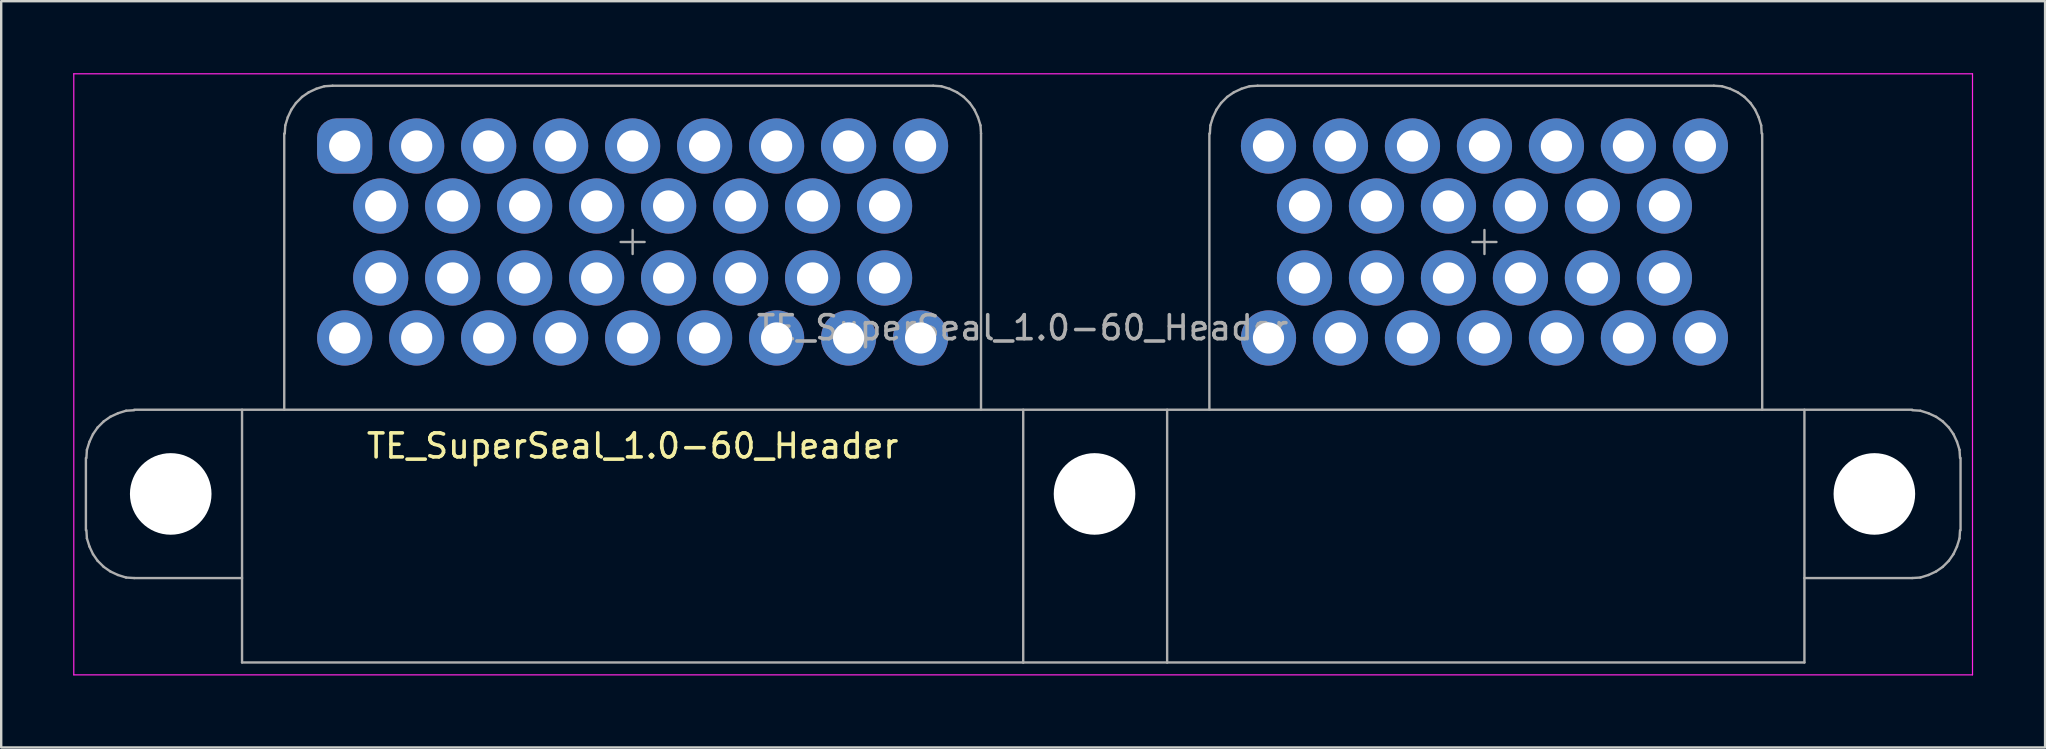
<source format=kicad_pcb>
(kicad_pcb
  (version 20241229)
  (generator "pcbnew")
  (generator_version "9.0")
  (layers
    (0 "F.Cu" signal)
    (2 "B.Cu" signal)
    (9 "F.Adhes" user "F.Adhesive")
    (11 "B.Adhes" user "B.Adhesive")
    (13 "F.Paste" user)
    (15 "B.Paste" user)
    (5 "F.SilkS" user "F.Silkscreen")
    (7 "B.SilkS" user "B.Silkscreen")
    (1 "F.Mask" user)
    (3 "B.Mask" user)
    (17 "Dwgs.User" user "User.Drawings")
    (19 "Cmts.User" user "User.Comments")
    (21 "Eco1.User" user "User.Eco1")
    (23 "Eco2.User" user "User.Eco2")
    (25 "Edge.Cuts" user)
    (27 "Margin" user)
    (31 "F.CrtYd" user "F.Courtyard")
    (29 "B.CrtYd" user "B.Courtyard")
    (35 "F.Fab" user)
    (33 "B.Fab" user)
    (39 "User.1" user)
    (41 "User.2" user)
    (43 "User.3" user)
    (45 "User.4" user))
  (footprint "TE_SuperSeal_1.0-60_Header"
    (layer "F.Cu")
    (at 11.315 3.035)
    (property "Reference" "TE_SuperSeal_1.0-60_Header" (at 12 12.5 0) (layer "F.SilkS") (effects (font (size 1 1) (thickness 0.15))))
    (attr through_hole)
    (fp_line (start -11.29 -3.01) (end -11.29 22.04) (stroke (width 0.05) (type solid)) (layer "F.CrtYd"))
    (fp_line (start -11.29 -3.01) (end 67.84 -3.01) (stroke (width 0.05) (type solid)) (layer "F.CrtYd"))
    (fp_line (start 67.84 22.04) (end -11.29 22.04) (stroke (width 0.05) (type solid)) (layer "F.CrtYd"))
    (fp_line (start 67.84 22.04) (end 67.84 -3.01) (stroke (width 0.05) (type solid)) (layer "F.CrtYd"))
    (fp_line (start -10.785 16.013) (end -10.785 13.003) (stroke (width 0.1) (type solid)) (layer "F.Fab"))
    (fp_line (start -10.764 16.013) (end -10.743 16.352) (stroke (width 0.1) (type solid)) (layer "F.Fab"))
    (fp_line (start -10.743 16.352) (end -10.637 16.691) (stroke (width 0.1) (type solid)) (layer "F.Fab"))
    (fp_line (start -10.743 12.664) (end -10.764 13.003) (stroke (width 0.1) (type solid)) (layer "F.Fab"))
    (fp_line (start -10.637 16.691) (end -10.489 17.009) (stroke (width 0.1) (type solid)) (layer "F.Fab"))
    (fp_line (start -10.637 12.325) (end -10.743 12.664) (stroke (width 0.1) (type solid)) (layer "F.Fab"))
    (fp_line (start -10.489 17.009) (end -10.298 17.285) (stroke (width 0.1) (type solid)) (layer "F.Fab"))
    (fp_line (start -10.489 12.007) (end -10.637 12.325) (stroke (width 0.1) (type solid)) (layer "F.Fab"))
    (fp_line (start -10.298 17.285) (end -10.043 17.539) (stroke (width 0.1) (type solid)) (layer "F.Fab"))
    (fp_line (start -10.298 11.732) (end -10.489 12.007) (stroke (width 0.1) (type solid)) (layer "F.Fab"))
    (fp_line (start -10.043 17.539) (end -9.768 17.73) (stroke (width 0.1) (type solid)) (layer "F.Fab"))
    (fp_line (start -10.043 11.477) (end -10.298 11.732) (stroke (width 0.1) (type solid)) (layer "F.Fab"))
    (fp_line (start -9.768 17.73) (end -9.45 17.878) (stroke (width 0.1) (type solid)) (layer "F.Fab"))
    (fp_line (start -9.768 11.286) (end -10.043 11.477) (stroke (width 0.1) (type solid)) (layer "F.Fab"))
    (fp_line (start -9.45 17.878) (end -9.111 17.984) (stroke (width 0.1) (type solid)) (layer "F.Fab"))
    (fp_line (start -9.45 11.138) (end -9.768 11.286) (stroke (width 0.1) (type solid)) (layer "F.Fab"))
    (fp_line (start -9.111 17.984) (end -8.772 18.005) (stroke (width 0.1) (type solid)) (layer "F.Fab"))
    (fp_line (start -9.111 11.032) (end -9.45 11.138) (stroke (width 0.1) (type solid)) (layer "F.Fab"))
    (fp_line (start -8.772 11.011) (end -9.111 11.032) (stroke (width 0.1) (type solid)) (layer "F.Fab"))
    (fp_line (start -4.278 18.005) (end -8.772 18.005) (stroke (width 0.1) (type solid)) (layer "F.Fab"))
    (fp_line (start -4.278 21.524) (end -4.278 10.99) (stroke (width 0.1) (type solid)) (layer "F.Fab"))
    (fp_line (start -2.519 10.99) (end -2.519 -0.519) (stroke (width 0.1) (type solid)) (layer "F.Fab"))
    (fp_line (start -2.476 -0.859) (end -2.498 -0.519) (stroke (width 0.1) (type solid)) (layer "F.Fab"))
    (fp_line (start -2.371 -1.198) (end -2.476 -0.859) (stroke (width 0.1) (type solid)) (layer "F.Fab"))
    (fp_line (start -2.222 -1.516) (end -2.371 -1.198) (stroke (width 0.1) (type solid)) (layer "F.Fab"))
    (fp_line (start -2.031 -1.791) (end -2.222 -1.516) (stroke (width 0.1) (type solid)) (layer "F.Fab"))
    (fp_line (start -1.777 -2.046) (end -2.031 -1.791) (stroke (width 0.1) (type solid)) (layer "F.Fab"))
    (fp_line (start -1.502 -2.236) (end -1.777 -2.046) (stroke (width 0.1) (type solid)) (layer "F.Fab"))
    (fp_line (start -1.184 -2.385) (end -1.502 -2.236) (stroke (width 0.1) (type solid)) (layer "F.Fab"))
    (fp_line (start -0.844 -2.491) (end -1.184 -2.385) (stroke (width 0.1) (type solid)) (layer "F.Fab"))
    (fp_line (start -0.505 -2.512) (end -0.844 -2.491) (stroke (width 0.1) (type solid)) (layer "F.Fab"))
    (fp_line (start -0.505 -2.512) (end 24.527 -2.512) (stroke (width 0.1) (type solid)) (layer "F.Fab"))
    (fp_line (start 11.5 4) (end 12.5 4) (stroke (width 0.1) (type solid)) (layer "F.Fab"))
    (fp_line (start 12 4.5) (end 12 3.5) (stroke (width 0.1) (type solid)) (layer "F.Fab"))
    (fp_line (start 24.866 -2.491) (end 24.526 -2.512) (stroke (width 0.1) (type solid)) (layer "F.Fab"))
    (fp_line (start 25.205 -2.385) (end 24.866 -2.491) (stroke (width 0.1) (type solid)) (layer "F.Fab"))
    (fp_line (start 25.523 -2.236) (end 25.205 -2.385) (stroke (width 0.1) (type solid)) (layer "F.Fab"))
    (fp_line (start 25.798 -2.046) (end 25.523 -2.236) (stroke (width 0.1) (type solid)) (layer "F.Fab"))
    (fp_line (start 26.053 -1.791) (end 25.798 -2.046) (stroke (width 0.1) (type solid)) (layer "F.Fab"))
    (fp_line (start 26.243 -1.516) (end 26.053 -1.791) (stroke (width 0.1) (type solid)) (layer "F.Fab"))
    (fp_line (start 26.392 -1.198) (end 26.243 -1.516) (stroke (width 0.1) (type solid)) (layer "F.Fab"))
    (fp_line (start 26.498 -0.859) (end 26.392 -1.198) (stroke (width 0.1) (type solid)) (layer "F.Fab"))
    (fp_line (start 26.519 -0.519) (end 26.498 -0.859) (stroke (width 0.1) (type solid)) (layer "F.Fab"))
    (fp_line (start 26.519 10.99) (end 26.519 -0.519) (stroke (width 0.1) (type solid)) (layer "F.Fab"))
    (fp_line (start 28.278 21.534) (end 28.278 10.99) (stroke (width 0.1) (type solid)) (layer "F.Fab"))
    (fp_line (start 34.276 21.532) (end 34.276 10.99) (stroke (width 0.1) (type solid)) (layer "F.Fab"))
    (fp_line (start 36.036 10.99) (end 36.036 -0.519) (stroke (width 0.1) (type solid)) (layer "F.Fab"))
    (fp_line (start 36.078 -0.859) (end 36.057 -0.519) (stroke (width 0.1) (type solid)) (layer "F.Fab"))
    (fp_line (start 36.184 -1.198) (end 36.078 -0.859) (stroke (width 0.1) (type solid)) (layer "F.Fab"))
    (fp_line (start 36.332 -1.516) (end 36.184 -1.198) (stroke (width 0.1) (type solid)) (layer "F.Fab"))
    (fp_line (start 36.523 -1.791) (end 36.332 -1.516) (stroke (width 0.1) (type solid)) (layer "F.Fab"))
    (fp_line (start 36.777 -2.046) (end 36.523 -1.791) (stroke (width 0.1) (type solid)) (layer "F.Fab"))
    (fp_line (start 37.053 -2.236) (end 36.777 -2.046) (stroke (width 0.1) (type solid)) (layer "F.Fab"))
    (fp_line (start 37.371 -2.385) (end 37.053 -2.236) (stroke (width 0.1) (type solid)) (layer "F.Fab"))
    (fp_line (start 37.71 -2.491) (end 37.371 -2.385) (stroke (width 0.1) (type solid)) (layer "F.Fab"))
    (fp_line (start 38.049 -2.512) (end 37.71 -2.491) (stroke (width 0.1) (type solid)) (layer "F.Fab"))
    (fp_line (start 47 4) (end 48 4) (stroke (width 0.1) (type solid)) (layer "F.Fab"))
    (fp_line (start 47.5 4.5) (end 47.5 3.5) (stroke (width 0.1) (type solid)) (layer "F.Fab"))
    (fp_line (start 57.062 -2.512) (end 38.049 -2.512) (stroke (width 0.1) (type solid)) (layer "F.Fab"))
    (fp_line (start 57.401 -2.491) (end 57.062 -2.512) (stroke (width 0.1) (type solid)) (layer "F.Fab"))
    (fp_line (start 57.74 -2.385) (end 57.401 -2.491) (stroke (width 0.1) (type solid)) (layer "F.Fab"))
    (fp_line (start 58.058 -2.236) (end 57.74 -2.385) (stroke (width 0.1) (type solid)) (layer "F.Fab"))
    (fp_line (start 58.334 -2.046) (end 58.058 -2.236) (stroke (width 0.1) (type solid)) (layer "F.Fab"))
    (fp_line (start 58.588 -1.791) (end 58.334 -2.046) (stroke (width 0.1) (type solid)) (layer "F.Fab"))
    (fp_line (start 58.778 -1.516) (end 58.588 -1.791) (stroke (width 0.1) (type solid)) (layer "F.Fab"))
    (fp_line (start 58.927 -1.198) (end 58.778 -1.516) (stroke (width 0.1) (type solid)) (layer "F.Fab"))
    (fp_line (start 59.033 -0.859) (end 58.927 -1.198) (stroke (width 0.1) (type solid)) (layer "F.Fab"))
    (fp_line (start 59.054 -0.519) (end 59.033 -0.859) (stroke (width 0.1) (type solid)) (layer "F.Fab"))
    (fp_line (start 59.075 10.99) (end 59.075 -0.519) (stroke (width 0.1) (type solid)) (layer "F.Fab"))
    (fp_line (start 60.835 18.005) (end 65.328 18.005) (stroke (width 0.1) (type solid)) (layer "F.Fab"))
    (fp_line (start 60.835 21.524) (end -4.278 21.524) (stroke (width 0.1) (type solid)) (layer "F.Fab"))
    (fp_line (start 60.835 21.524) (end 60.835 10.99) (stroke (width 0.1) (type solid)) (layer "F.Fab"))
    (fp_line (start 65.328 10.99) (end -8.772 10.99) (stroke (width 0.1) (type solid)) (layer "F.Fab"))
    (fp_line (start 65.328 18.005) (end 65.667 17.984) (stroke (width 0.1) (type solid)) (layer "F.Fab"))
    (fp_line (start 65.667 11.032) (end 65.328 11.011) (stroke (width 0.1) (type solid)) (layer "F.Fab"))
    (fp_line (start 65.667 17.984) (end 66.006 17.878) (stroke (width 0.1) (type solid)) (layer "F.Fab"))
    (fp_line (start 66.006 11.138) (end 65.667 11.032) (stroke (width 0.1) (type solid)) (layer "F.Fab"))
    (fp_line (start 66.006 17.878) (end 66.324 17.73) (stroke (width 0.1) (type solid)) (layer "F.Fab"))
    (fp_line (start 66.324 11.286) (end 66.006 11.138) (stroke (width 0.1) (type solid)) (layer "F.Fab"))
    (fp_line (start 66.324 17.73) (end 66.6 17.539) (stroke (width 0.1) (type solid)) (layer "F.Fab"))
    (fp_line (start 66.6 11.477) (end 66.324 11.286) (stroke (width 0.1) (type solid)) (layer "F.Fab"))
    (fp_line (start 66.6 17.539) (end 66.854 17.285) (stroke (width 0.1) (type solid)) (layer "F.Fab"))
    (fp_line (start 66.854 11.732) (end 66.6 11.477) (stroke (width 0.1) (type solid)) (layer "F.Fab"))
    (fp_line (start 66.854 17.285) (end 67.045 17.009) (stroke (width 0.1) (type solid)) (layer "F.Fab"))
    (fp_line (start 67.045 12.007) (end 66.854 11.732) (stroke (width 0.1) (type solid)) (layer "F.Fab"))
    (fp_line (start 67.045 17.009) (end 67.193 16.691) (stroke (width 0.1) (type solid)) (layer "F.Fab"))
    (fp_line (start 67.193 12.325) (end 67.045 12.007) (stroke (width 0.1) (type solid)) (layer "F.Fab"))
    (fp_line (start 67.193 16.691) (end 67.299 16.352) (stroke (width 0.1) (type solid)) (layer "F.Fab"))
    (fp_line (start 67.299 12.664) (end 67.193 12.325) (stroke (width 0.1) (type solid)) (layer "F.Fab"))
    (fp_line (start 67.299 16.352) (end 67.32 16.013) (stroke (width 0.1) (type solid)) (layer "F.Fab"))
    (fp_line (start 67.32 13.003) (end 67.299 12.664) (stroke (width 0.1) (type solid)) (layer "F.Fab"))
    (fp_line (start 67.342 16.013) (end 67.342 13.003) (stroke (width 0.1) (type solid)) (layer "F.Fab"))
    (fp_text user "${REFERENCE}" (at 28.25 7.575 0) (layer "F.Fab") (effects (font (size 1 1) (thickness 0.15))))
    (pad "" np_thru_hole circle (at -7.25 14.5) (size 3.4 3.4) (drill 3.4) (layers "*.Cu" "*.Mask"))
    (pad "" np_thru_hole circle (at 31.25 14.5) (size 3.4 3.4) (drill 3.4) (layers "*.Cu" "*.Mask"))
    (pad "" np_thru_hole circle (at 63.75 14.5) (size 3.4 3.4) (drill 3.4) (layers "*.Cu" "*.Mask"))
    (pad "A1" thru_hole roundrect (at 0 0) (size 2.3 2.3) (drill 1.3) (layers "*.Cu" "*.Mask") (roundrect_rratio 0.35))
    (pad "A2" thru_hole circle (at 3 0) (size 2.3 2.3) (drill 1.3) (layers "*.Cu" "*.Mask"))
    (pad "A3" thru_hole circle (at 6 0) (size 2.3 2.3) (drill 1.3) (layers "*.Cu" "*.Mask"))
    (pad "A4" thru_hole circle (at 9 0) (size 2.3 2.3) (drill 1.3) (layers "*.Cu" "*.Mask"))
    (pad "A5" thru_hole circle (at 12 0) (size 2.3 2.3) (drill 1.3) (layers "*.Cu" "*.Mask"))
    (pad "A6" thru_hole circle (at 15 0) (size 2.3 2.3) (drill 1.3) (layers "*.Cu" "*.Mask"))
    (pad "A7" thru_hole circle (at 18 0) (size 2.3 2.3) (drill 1.3) (layers "*.Cu" "*.Mask"))
    (pad "A8" thru_hole circle (at 21 0) (size 2.3 2.3) (drill 1.3) (layers "*.Cu" "*.Mask"))
    (pad "A9" thru_hole circle (at 24 0) (size 2.3 2.3) (drill 1.3) (layers "*.Cu" "*.Mask"))
    (pad "A10" thru_hole circle (at 1.5 2.5) (size 2.3 2.3) (drill 1.3) (layers "*.Cu" "*.Mask"))
    (pad "A11" thru_hole circle (at 4.5 2.5) (size 2.3 2.3) (drill 1.3) (layers "*.Cu" "*.Mask"))
    (pad "A12" thru_hole circle (at 7.5 2.5) (size 2.3 2.3) (drill 1.3) (layers "*.Cu" "*.Mask"))
    (pad "A13" thru_hole circle (at 10.5 2.5) (size 2.3 2.3) (drill 1.3) (layers "*.Cu" "*.Mask"))
    (pad "A14" thru_hole circle (at 13.5 2.5) (size 2.3 2.3) (drill 1.3) (layers "*.Cu" "*.Mask"))
    (pad "A15" thru_hole circle (at 16.5 2.5) (size 2.3 2.3) (drill 1.3) (layers "*.Cu" "*.Mask"))
    (pad "A16" thru_hole circle (at 19.5 2.5) (size 2.3 2.3) (drill 1.3) (layers "*.Cu" "*.Mask"))
    (pad "A17" thru_hole circle (at 22.5 2.5) (size 2.3 2.3) (drill 1.3) (layers "*.Cu" "*.Mask"))
    (pad "A18" thru_hole circle (at 1.5 5.5) (size 2.3 2.3) (drill 1.3) (layers "*.Cu" "*.Mask"))
    (pad "A19" thru_hole circle (at 4.5 5.5) (size 2.3 2.3) (drill 1.3) (layers "*.Cu" "*.Mask"))
    (pad "A20" thru_hole circle (at 7.5 5.5) (size 2.3 2.3) (drill 1.3) (layers "*.Cu" "*.Mask"))
    (pad "A21" thru_hole circle (at 10.5 5.5) (size 2.3 2.3) (drill 1.3) (layers "*.Cu" "*.Mask"))
    (pad "A22" thru_hole circle (at 13.5 5.5) (size 2.3 2.3) (drill 1.3) (layers "*.Cu" "*.Mask"))
    (pad "A23" thru_hole circle (at 16.5 5.5) (size 2.3 2.3) (drill 1.3) (layers "*.Cu" "*.Mask"))
    (pad "A24" thru_hole circle (at 19.5 5.5) (size 2.3 2.3) (drill 1.3) (layers "*.Cu" "*.Mask"))
    (pad "A25" thru_hole circle (at 22.5 5.5) (size 2.3 2.3) (drill 1.3) (layers "*.Cu" "*.Mask"))
    (pad "A26" thru_hole circle (at 0 8) (size 2.3 2.3) (drill 1.3) (layers "*.Cu" "*.Mask"))
    (pad "A27" thru_hole circle (at 3 8) (size 2.3 2.3) (drill 1.3) (layers "*.Cu" "*.Mask"))
    (pad "A28" thru_hole circle (at 6 8) (size 2.3 2.3) (drill 1.3) (layers "*.Cu" "*.Mask"))
    (pad "A29" thru_hole circle (at 9 8) (size 2.3 2.3) (drill 1.3) (layers "*.Cu" "*.Mask"))
    (pad "A30" thru_hole circle (at 12 8) (size 2.3 2.3) (drill 1.3) (layers "*.Cu" "*.Mask"))
    (pad "A31" thru_hole circle (at 15 8) (size 2.3 2.3) (drill 1.3) (layers "*.Cu" "*.Mask"))
    (pad "A32" thru_hole circle (at 18 8) (size 2.3 2.3) (drill 1.3) (layers "*.Cu" "*.Mask"))
    (pad "A33" thru_hole circle (at 21 8) (size 2.3 2.3) (drill 1.3) (layers "*.Cu" "*.Mask"))
    (pad "A34" thru_hole circle (at 24 8) (size 2.3 2.3) (drill 1.3) (layers "*.Cu" "*.Mask"))
    (pad "B1" thru_hole circle (at 38.5 0) (size 2.3 2.3) (drill 1.3) (layers "*.Cu" "*.Mask"))
    (pad "B2" thru_hole circle (at 41.5 0) (size 2.3 2.3) (drill 1.3) (layers "*.Cu" "*.Mask"))
    (pad "B3" thru_hole circle (at 44.5 0) (size 2.3 2.3) (drill 1.3) (layers "*.Cu" "*.Mask"))
    (pad "B4" thru_hole circle (at 47.5 0) (size 2.3 2.3) (drill 1.3) (layers "*.Cu" "*.Mask"))
    (pad "B5" thru_hole circle (at 50.5 0) (size 2.3 2.3) (drill 1.3) (layers "*.Cu" "*.Mask"))
    (pad "B6" thru_hole circle (at 53.5 0) (size 2.3 2.3) (drill 1.3) (layers "*.Cu" "*.Mask"))
    (pad "B7" thru_hole circle (at 56.5 0) (size 2.3 2.3) (drill 1.3) (layers "*.Cu" "*.Mask"))
    (pad "B8" thru_hole circle (at 40 2.5) (size 2.3 2.3) (drill 1.3) (layers "*.Cu" "*.Mask"))
    (pad "B9" thru_hole circle (at 43 2.5) (size 2.3 2.3) (drill 1.3) (layers "*.Cu" "*.Mask"))
    (pad "B10" thru_hole circle (at 46 2.5) (size 2.3 2.3) (drill 1.3) (layers "*.Cu" "*.Mask"))
    (pad "B11" thru_hole circle (at 49 2.5) (size 2.3 2.3) (drill 1.3) (layers "*.Cu" "*.Mask"))
    (pad "B12" thru_hole circle (at 52 2.5) (size 2.3 2.3) (drill 1.3) (layers "*.Cu" "*.Mask"))
    (pad "B13" thru_hole circle (at 55 2.5) (size 2.3 2.3) (drill 1.3) (layers "*.Cu" "*.Mask"))
    (pad "B14" thru_hole circle (at 40 5.5) (size 2.3 2.3) (drill 1.3) (layers "*.Cu" "*.Mask"))
    (pad "B15" thru_hole circle (at 43 5.5) (size 2.3 2.3) (drill 1.3) (layers "*.Cu" "*.Mask"))
    (pad "B16" thru_hole circle (at 46 5.5) (size 2.3 2.3) (drill 1.3) (layers "*.Cu" "*.Mask"))
    (pad "B17" thru_hole circle (at 49 5.5) (size 2.3 2.3) (drill 1.3) (layers "*.Cu" "*.Mask"))
    (pad "B18" thru_hole circle (at 52 5.5) (size 2.3 2.3) (drill 1.3) (layers "*.Cu" "*.Mask"))
    (pad "B19" thru_hole circle (at 55 5.5) (size 2.3 2.3) (drill 1.3) (layers "*.Cu" "*.Mask"))
    (pad "B20" thru_hole circle (at 38.5 8) (size 2.3 2.3) (drill 1.3) (layers "*.Cu" "*.Mask"))
    (pad "B21" thru_hole circle (at 41.5 8) (size 2.3 2.3) (drill 1.3) (layers "*.Cu" "*.Mask"))
    (pad "B22" thru_hole circle (at 44.5 8) (size 2.3 2.3) (drill 1.3) (layers "*.Cu" "*.Mask"))
    (pad "B23" thru_hole circle (at 47.5 8) (size 2.3 2.3) (drill 1.3) (layers "*.Cu" "*.Mask"))
    (pad "B24" thru_hole circle (at 50.5 8) (size 2.3 2.3) (drill 1.3) (layers "*.Cu" "*.Mask"))
    (pad "B25" thru_hole circle (at 53.5 8) (size 2.3 2.3) (drill 1.3) (layers "*.Cu" "*.Mask"))
    (pad "B26" thru_hole circle (at 56.5 8) (size 2.3 2.3) (drill 1.3) (layers "*.Cu" "*.Mask")))
  (gr_rect
    (start -3 -3)
    (end 82.18 28.1)
    (stroke (width 0.1) (type default))
    (fill no)
    (layer "Edge.Cuts")))
</source>
